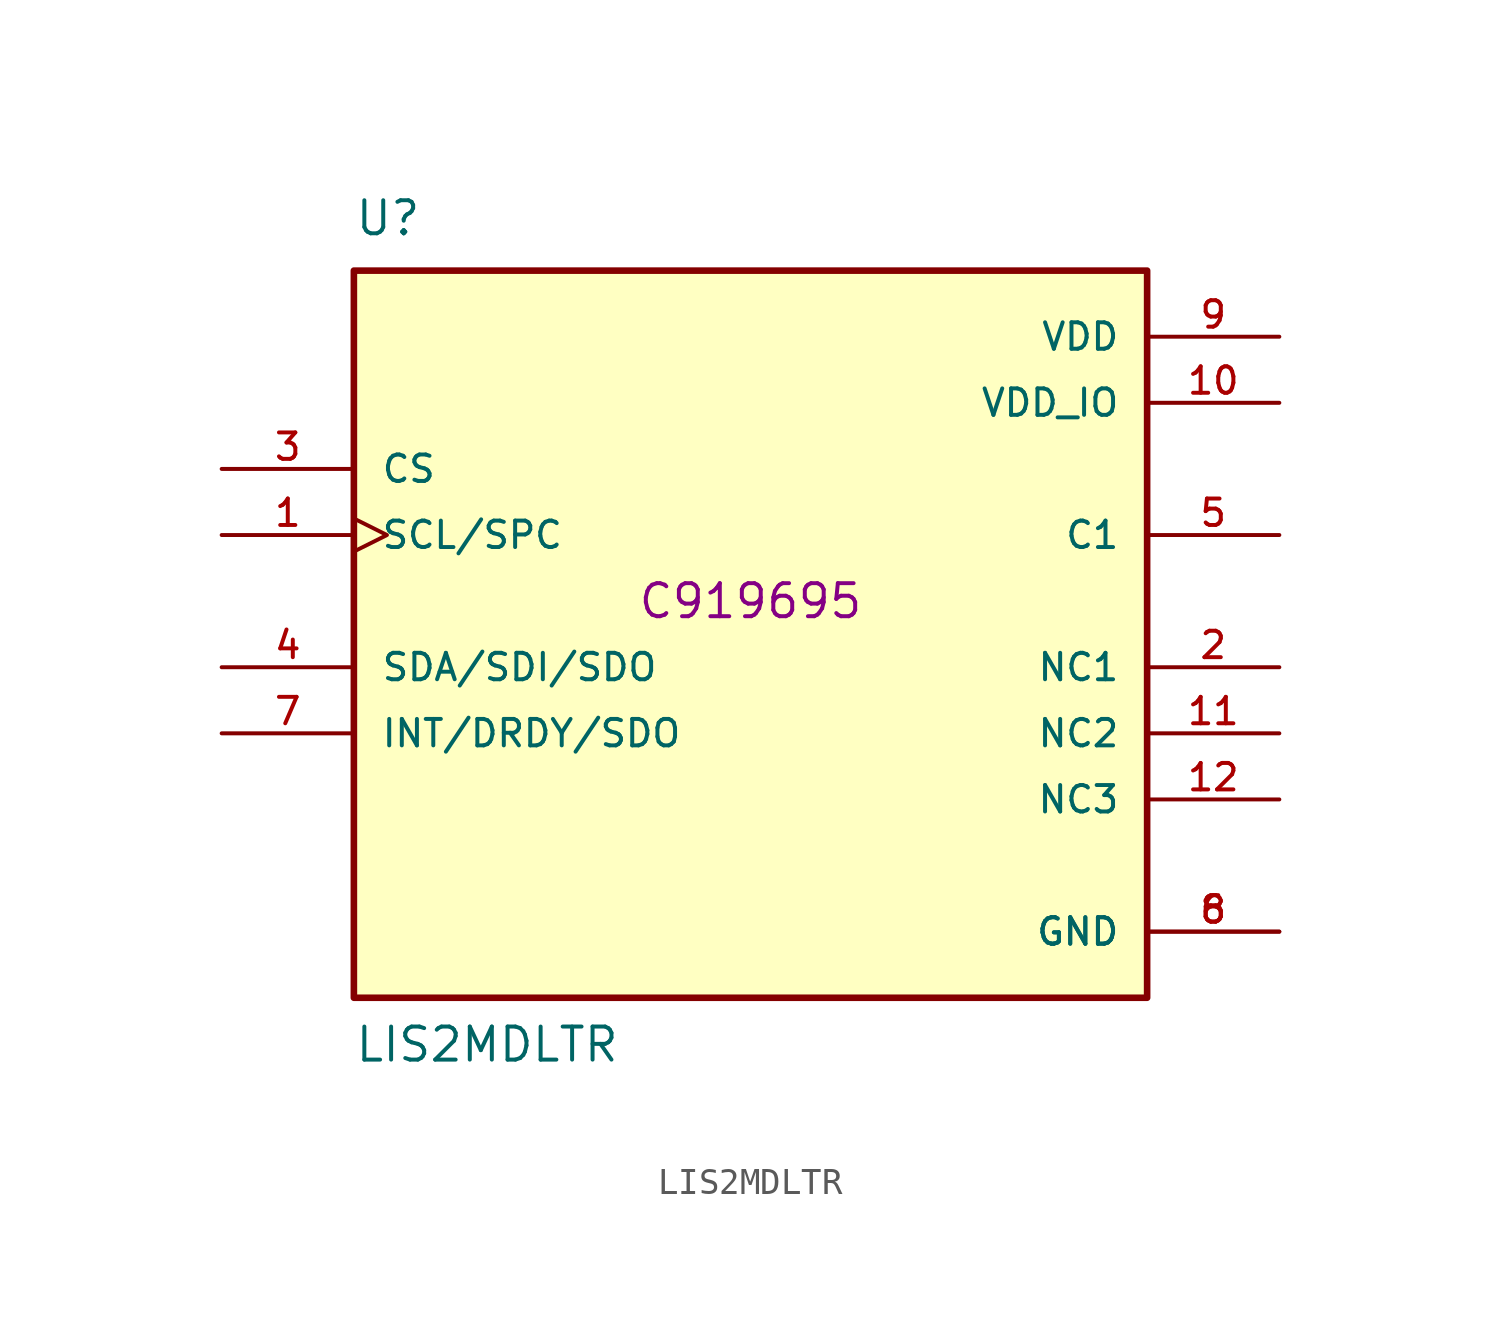
<source format=kicad_sym>
(kicad_symbol_lib
  (version 20231120)
  (generator "kicad_symbol_editor")
  (generator_version "8.0")
  (symbol "LIS2MDLTR"
    (pin_names
      (offset 1.016))
    (property "Reference" "U"
      (at -15.24 13.97 0)
      (effects (font (size 1.27 1.27)) (justify left bottom)))
    (property "Value" "LIS2MDLTR"
      (at -15.24 -17.78 0)
      (effects (font (size 1.27 1.27)) (justify left bottom)))
    (property "LCSC" "C919695"
      (at 0 0 0)
      (effects (font (size 1.27 1.27))))
    (symbol "LIS2MDLTR_0_0"
      (rectangle (start -15.24 -15.24) (end 15.24 12.7) (stroke (width 0.254) (type default)) (fill (type background)))
      (pin input clock (at -20.32 2.54 0) (length 5.08) (name "SCL/SPC" (effects (font (size 1.016 1.016)))) (number "1" (effects (font (size 1.016 1.016)))))
      (pin power_in line (at 20.32 7.62 180) (length 5.08) (name "VDD_IO" (effects (font (size 1.016 1.016)))) (number "10" (effects (font (size 1.016 1.016)))))
      (pin passive line (at 20.32 -5.08 180) (length 5.08) (name "NC2" (effects (font (size 1.016 1.016)))) (number "11" (effects (font (size 1.016 1.016)))))
      (pin passive line (at 20.32 -7.62 180) (length 5.08) (name "NC3" (effects (font (size 1.016 1.016)))) (number "12" (effects (font (size 1.016 1.016)))))
      (pin passive line (at 20.32 -2.54 180) (length 5.08) (name "NC1" (effects (font (size 1.016 1.016)))) (number "2" (effects (font (size 1.016 1.016)))))
      (pin input line (at -20.32 5.08 0) (length 5.08) (name "CS" (effects (font (size 1.016 1.016)))) (number "3" (effects (font (size 1.016 1.016)))))
      (pin bidirectional line (at -20.32 -2.54 0) (length 5.08) (name "SDA/SDI/SDO" (effects (font (size 1.016 1.016)))) (number "4" (effects (font (size 1.016 1.016)))))
      (pin passive line (at 20.32 2.54 180) (length 5.08) (name "C1" (effects (font (size 1.016 1.016)))) (number "5" (effects (font (size 1.016 1.016)))))
      (pin power_in line (at 20.32 -12.7 180) (length 5.08) (name "GND" (effects (font (size 1.016 1.016)))) (number "6" (effects (font (size 1.016 1.016)))))
      (pin bidirectional line (at -20.32 -5.08 0) (length 5.08) (name "INT/DRDY/SDO" (effects (font (size 1.016 1.016)))) (number "7" (effects (font (size 1.016 1.016)))))
      (pin power_in line (at 20.32 -12.7 180) (length 5.08) (name "GND" (effects (font (size 1.016 1.016)))) (number "8" (effects (font (size 1.016 1.016)))))
      (pin power_in line (at 20.32 10.16 180) (length 5.08) (name "VDD" (effects (font (size 1.016 1.016)))) (number "9" (effects (font (size 1.016 1.016))))))))
</source>
